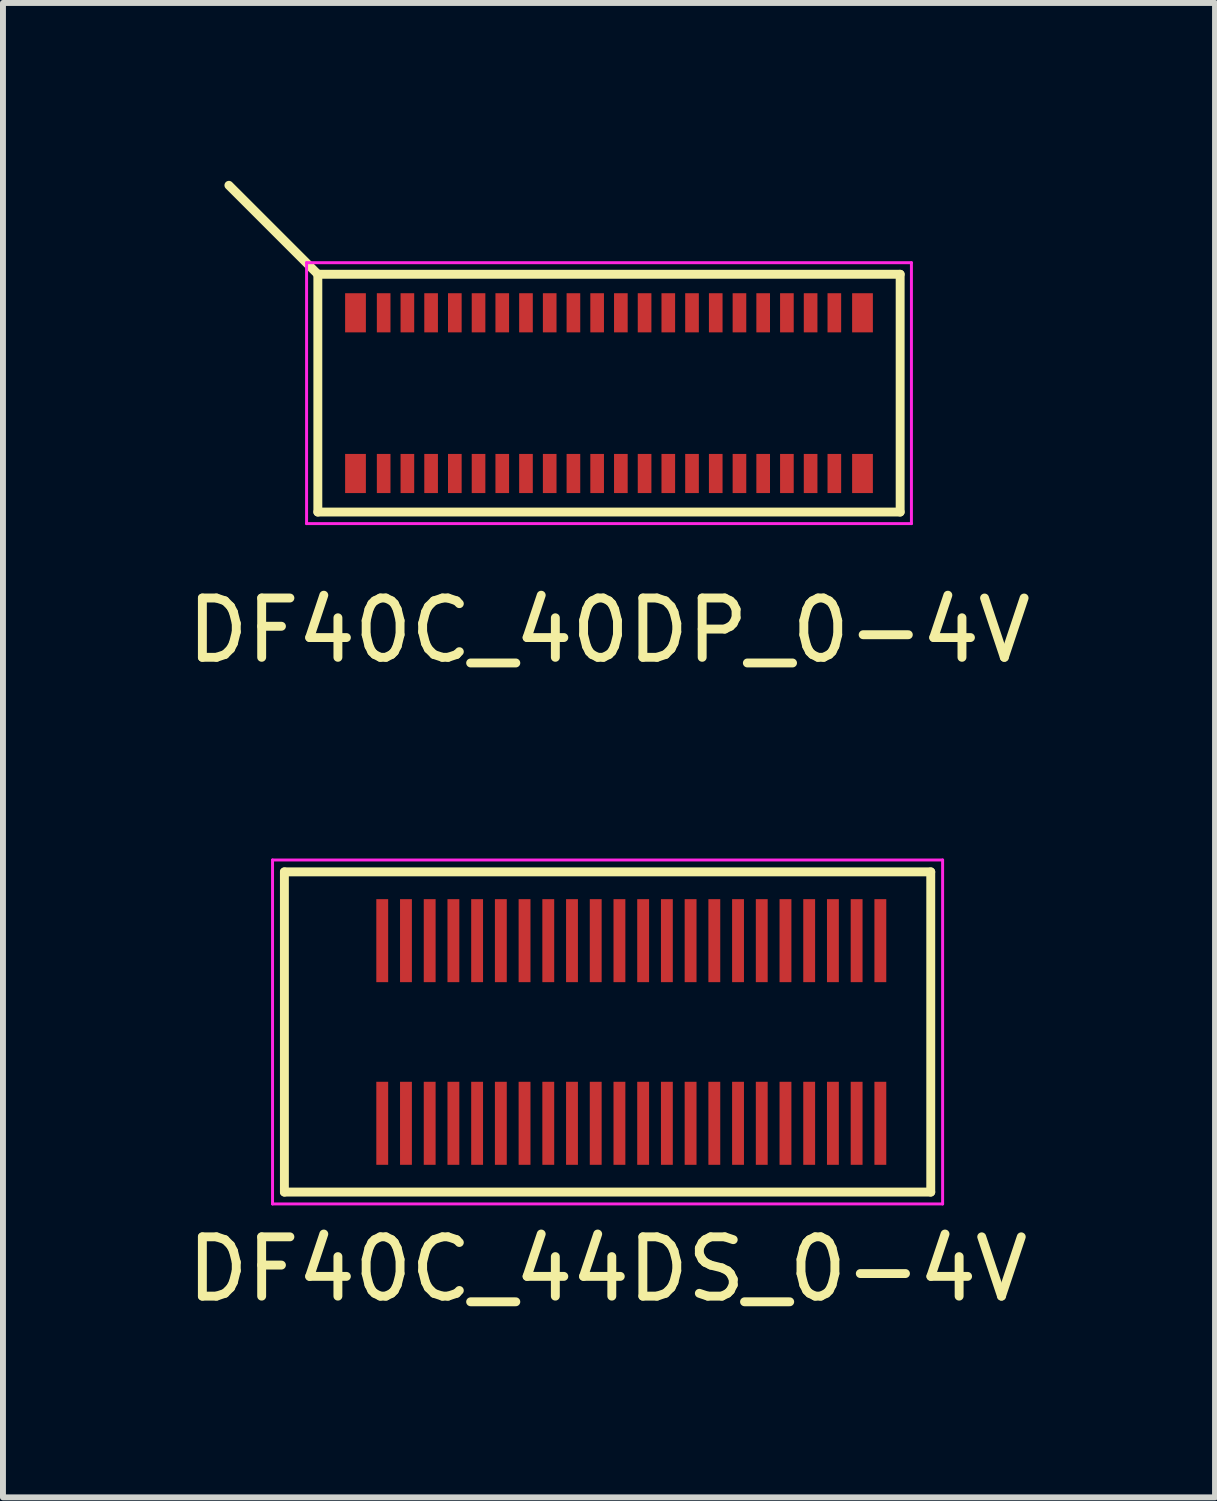
<source format=kicad_pcb>
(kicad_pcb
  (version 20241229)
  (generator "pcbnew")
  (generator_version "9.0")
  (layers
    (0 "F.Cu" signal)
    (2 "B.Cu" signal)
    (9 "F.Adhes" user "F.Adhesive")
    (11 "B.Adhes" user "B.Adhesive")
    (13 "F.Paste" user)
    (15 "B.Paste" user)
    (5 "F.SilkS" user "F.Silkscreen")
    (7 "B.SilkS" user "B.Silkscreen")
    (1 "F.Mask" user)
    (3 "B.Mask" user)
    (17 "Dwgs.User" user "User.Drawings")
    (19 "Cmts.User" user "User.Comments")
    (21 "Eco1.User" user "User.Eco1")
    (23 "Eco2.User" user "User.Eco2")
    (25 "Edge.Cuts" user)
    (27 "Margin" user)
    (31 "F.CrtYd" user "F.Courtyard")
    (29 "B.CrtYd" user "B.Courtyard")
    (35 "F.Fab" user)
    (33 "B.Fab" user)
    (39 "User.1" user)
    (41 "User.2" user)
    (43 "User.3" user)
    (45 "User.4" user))
  (footprint "DF40C_44DS_0-4V"
    (layer "F.Cu")
    (at 7.196 14.353)
    (property "Reference" "DF40C_44DS_0-4V" (at 0 4 0) (layer "F.SilkS") (effects (font (size 1 1) (thickness 0.15))))
    (attr smd)
    (fp_line (start -5.45 -2.7) (end -5.45 2.7) (stroke (width 0.15) (type solid)) (layer "F.SilkS"))
    (fp_line (start -5.45 -2.7) (end 5.45 -2.7) (stroke (width 0.15) (type solid)) (layer "F.SilkS"))
    (fp_line (start 5.45 2.7) (end -5.45 2.7) (stroke (width 0.15) (type solid)) (layer "F.SilkS"))
    (fp_line (start 5.45 2.7) (end 5.45 -2.7) (stroke (width 0.15) (type solid)) (layer "F.SilkS"))
    (fp_line (start -5.65 -2.9) (end -5.65 2.9) (stroke (width 0.05) (type solid)) (layer "F.CrtYd"))
    (fp_line (start -5.65 -2.9) (end 5.65 -2.9) (stroke (width 0.05) (type solid)) (layer "F.CrtYd"))
    (fp_line (start 5.65 2.9) (end -5.65 2.9) (stroke (width 0.05) (type solid)) (layer "F.CrtYd"))
    (fp_line (start 5.65 2.9) (end 5.65 -2.9) (stroke (width 0.05) (type solid)) (layer "F.CrtYd"))
    (pad "1" smd rect (at -3.8 1.54) (size 0.2 1.4) (layers "F.Cu" "F.Mask" "F.Paste"))
    (pad "2" smd rect (at -3.8 -1.54) (size 0.2 1.4) (layers "F.Cu" "F.Mask" "F.Paste"))
    (pad "3" smd rect (at -3.4 -1.54) (size 0.2 1.4) (layers "F.Cu" "F.Mask" "F.Paste"))
    (pad "4" smd rect (at -3.4 1.54) (size 0.2 1.4) (layers "F.Cu" "F.Mask" "F.Paste"))
    (pad "5" smd rect (at -3 -1.54) (size 0.2 1.4) (layers "F.Cu" "F.Mask" "F.Paste"))
    (pad "6" smd rect (at -3 1.54) (size 0.2 1.4) (layers "F.Cu" "F.Mask" "F.Paste"))
    (pad "7" smd rect (at -2.6 -1.54) (size 0.2 1.4) (layers "F.Cu" "F.Mask" "F.Paste"))
    (pad "8" smd rect (at -2.6 1.54) (size 0.2 1.4) (layers "F.Cu" "F.Mask" "F.Paste"))
    (pad "9" smd rect (at -2.2 -1.54) (size 0.2 1.4) (layers "F.Cu" "F.Mask" "F.Paste"))
    (pad "10" smd rect (at -2.2 1.54) (size 0.2 1.4) (layers "F.Cu" "F.Mask" "F.Paste"))
    (pad "11" smd rect (at -1.8 -1.54) (size 0.2 1.4) (layers "F.Cu" "F.Mask" "F.Paste"))
    (pad "12" smd rect (at -1.8 1.54) (size 0.2 1.4) (layers "F.Cu" "F.Mask" "F.Paste"))
    (pad "13" smd rect (at -1.4 -1.54) (size 0.2 1.4) (layers "F.Cu" "F.Mask" "F.Paste"))
    (pad "14" smd rect (at -1.4 1.54) (size 0.2 1.4) (layers "F.Cu" "F.Mask" "F.Paste"))
    (pad "15" smd rect (at -1 -1.54) (size 0.2 1.4) (layers "F.Cu" "F.Mask" "F.Paste"))
    (pad "16" smd rect (at -1 1.54) (size 0.2 1.4) (layers "F.Cu" "F.Mask" "F.Paste"))
    (pad "17" smd rect (at -0.6 -1.54) (size 0.2 1.4) (layers "F.Cu" "F.Mask" "F.Paste"))
    (pad "18" smd rect (at -0.6 1.54) (size 0.2 1.4) (layers "F.Cu" "F.Mask" "F.Paste"))
    (pad "19" smd rect (at -0.2 -1.54) (size 0.2 1.4) (layers "F.Cu" "F.Mask" "F.Paste"))
    (pad "20" smd rect (at -0.2 1.54) (size 0.2 1.4) (layers "F.Cu" "F.Mask" "F.Paste"))
    (pad "21" smd rect (at 0.2 -1.54) (size 0.2 1.4) (layers "F.Cu" "F.Mask" "F.Paste"))
    (pad "22" smd rect (at 0.2 1.54) (size 0.2 1.4) (layers "F.Cu" "F.Mask" "F.Paste"))
    (pad "23" smd rect (at 0.6 -1.54) (size 0.2 1.4) (layers "F.Cu" "F.Mask" "F.Paste"))
    (pad "24" smd rect (at 0.6 1.54) (size 0.2 1.4) (layers "F.Cu" "F.Mask" "F.Paste"))
    (pad "25" smd rect (at 1 -1.54) (size 0.2 1.4) (layers "F.Cu" "F.Mask" "F.Paste"))
    (pad "26" smd rect (at 1 1.54) (size 0.2 1.4) (layers "F.Cu" "F.Mask" "F.Paste"))
    (pad "27" smd rect (at 1.4 -1.54) (size 0.2 1.4) (layers "F.Cu" "F.Mask" "F.Paste"))
    (pad "28" smd rect (at 1.4 1.54) (size 0.2 1.4) (layers "F.Cu" "F.Mask" "F.Paste"))
    (pad "29" smd rect (at 1.8 -1.54) (size 0.2 1.4) (layers "F.Cu" "F.Mask" "F.Paste"))
    (pad "30" smd rect (at 1.8 1.54) (size 0.2 1.4) (layers "F.Cu" "F.Mask" "F.Paste"))
    (pad "31" smd rect (at 2.2 -1.54) (size 0.2 1.4) (layers "F.Cu" "F.Mask" "F.Paste"))
    (pad "32" smd rect (at 2.2 1.54) (size 0.2 1.4) (layers "F.Cu" "F.Mask" "F.Paste"))
    (pad "33" smd rect (at 2.6 -1.54) (size 0.2 1.4) (layers "F.Cu" "F.Mask" "F.Paste"))
    (pad "34" smd rect (at 2.6 1.54) (size 0.2 1.4) (layers "F.Cu" "F.Mask" "F.Paste"))
    (pad "35" smd rect (at 3 -1.54) (size 0.2 1.4) (layers "F.Cu" "F.Mask" "F.Paste"))
    (pad "36" smd rect (at 3 1.54) (size 0.2 1.4) (layers "F.Cu" "F.Mask" "F.Paste"))
    (pad "37" smd rect (at 3.4 -1.54) (size 0.2 1.4) (layers "F.Cu" "F.Mask" "F.Paste"))
    (pad "38" smd rect (at 3.4 1.54) (size 0.2 1.4) (layers "F.Cu" "F.Mask" "F.Paste"))
    (pad "39" smd rect (at 3.8 -1.54) (size 0.2 1.4) (layers "F.Cu" "F.Mask" "F.Paste"))
    (pad "40" smd rect (at 3.8 1.54) (size 0.2 1.4) (layers "F.Cu" "F.Mask" "F.Paste"))
    (pad "41" smd rect (at 4.2 -1.54) (size 0.2 1.4) (layers "F.Cu" "F.Mask" "F.Paste"))
    (pad "42" smd rect (at 4.2 1.54) (size 0.2 1.4) (layers "F.Cu" "F.Mask" "F.Paste"))
    (pad "43" smd rect (at 4.6 -1.54) (size 0.2 1.4) (layers "F.Cu" "F.Mask" "F.Paste"))
    (pad "44" smd rect (at 4.6 1.54) (size 0.2 1.4) (layers "F.Cu" "F.Mask" "F.Paste")))
  (footprint "DF40C_40DP_0-4V"
    (layer "F.Cu")
    (at 7.22 3.58)
    (property "Reference" "DF40C_40DP_0-4V" (at 0 4 0) (layer "F.SilkS") (effects (font (size 1 1) (thickness 0.15))))
    (attr smd)
    (fp_line (start -4.91 -2.005) (end -6.41 -3.505) (stroke (width 0.15) (type solid)) (layer "F.SilkS"))
    (fp_line (start -4.91 -2.005) (end -4.91 2.005) (stroke (width 0.15) (type solid)) (layer "F.SilkS"))
    (fp_line (start -4.91 -2.005) (end 4.91 -2.005) (stroke (width 0.15) (type solid)) (layer "F.SilkS"))
    (fp_line (start 4.91 2.005) (end -4.91 2.005) (stroke (width 0.15) (type solid)) (layer "F.SilkS"))
    (fp_line (start 4.91 2.005) (end 4.91 -2.005) (stroke (width 0.15) (type solid)) (layer "F.SilkS"))
    (fp_line (start -5.1 -2.2) (end -5.1 2.2) (stroke (width 0.05) (type solid)) (layer "F.CrtYd"))
    (fp_line (start -5.1 -2.2) (end 5.1 -2.2) (stroke (width 0.05) (type solid)) (layer "F.CrtYd"))
    (fp_line (start 5.1 2.2) (end -5.1 2.2) (stroke (width 0.05) (type solid)) (layer "F.CrtYd"))
    (fp_line (start 5.1 2.2) (end 5.1 -2.2) (stroke (width 0.05) (type solid)) (layer "F.CrtYd"))
    (pad "1" smd rect (at -3.8 -1.355) (size 0.23 0.66) (layers "F.Cu" "F.Mask" "F.Paste"))
    (pad "2" smd rect (at -3.8 1.355) (size 0.23 0.66) (layers "F.Cu" "F.Mask" "F.Paste"))
    (pad "3" smd rect (at -3.4 1.355) (size 0.23 0.66) (layers "F.Cu" "F.Mask" "F.Paste"))
    (pad "4" smd rect (at -3.4 -1.355) (size 0.23 0.66) (layers "F.Cu" "F.Mask" "F.Paste"))
    (pad "5" smd rect (at -3 1.355) (size 0.23 0.66) (layers "F.Cu" "F.Mask" "F.Paste"))
    (pad "6" smd rect (at -3 -1.355) (size 0.23 0.66) (layers "F.Cu" "F.Mask" "F.Paste"))
    (pad "7" smd rect (at -2.6 1.355) (size 0.23 0.66) (layers "F.Cu" "F.Mask" "F.Paste"))
    (pad "8" smd rect (at -2.6 -1.355) (size 0.23 0.66) (layers "F.Cu" "F.Mask" "F.Paste"))
    (pad "9" smd rect (at -2.2 1.355) (size 0.23 0.66) (layers "F.Cu" "F.Mask" "F.Paste"))
    (pad "10" smd rect (at -2.2 -1.355) (size 0.23 0.66) (layers "F.Cu" "F.Mask" "F.Paste"))
    (pad "11" smd rect (at -1.8 1.355) (size 0.23 0.66) (layers "F.Cu" "F.Mask" "F.Paste"))
    (pad "12" smd rect (at -1.8 -1.355) (size 0.23 0.66) (layers "F.Cu" "F.Mask" "F.Paste"))
    (pad "13" smd rect (at -1.4 1.355) (size 0.23 0.66) (layers "F.Cu" "F.Mask" "F.Paste"))
    (pad "14" smd rect (at -1.4 -1.355) (size 0.23 0.66) (layers "F.Cu" "F.Mask" "F.Paste"))
    (pad "15" smd rect (at -1 1.355) (size 0.23 0.66) (layers "F.Cu" "F.Mask" "F.Paste"))
    (pad "16" smd rect (at -1 -1.355) (size 0.23 0.66) (layers "F.Cu" "F.Mask" "F.Paste"))
    (pad "17" smd rect (at -0.6 1.355) (size 0.23 0.66) (layers "F.Cu" "F.Mask" "F.Paste"))
    (pad "18" smd rect (at -0.6 -1.355) (size 0.23 0.66) (layers "F.Cu" "F.Mask" "F.Paste"))
    (pad "19" smd rect (at -0.2 1.355) (size 0.23 0.66) (layers "F.Cu" "F.Mask" "F.Paste"))
    (pad "20" smd rect (at -0.2 -1.355) (size 0.23 0.66) (layers "F.Cu" "F.Mask" "F.Paste"))
    (pad "21" smd rect (at 0.2 1.355) (size 0.23 0.66) (layers "F.Cu" "F.Mask" "F.Paste"))
    (pad "22" smd rect (at 0.2 -1.355) (size 0.23 0.66) (layers "F.Cu" "F.Mask" "F.Paste"))
    (pad "23" smd rect (at 0.6 1.355) (size 0.23 0.66) (layers "F.Cu" "F.Mask" "F.Paste"))
    (pad "24" smd rect (at 0.6 -1.355) (size 0.23 0.66) (layers "F.Cu" "F.Mask" "F.Paste"))
    (pad "25" smd rect (at 1 1.355) (size 0.23 0.66) (layers "F.Cu" "F.Mask" "F.Paste"))
    (pad "26" smd rect (at 1 -1.355) (size 0.23 0.66) (layers "F.Cu" "F.Mask" "F.Paste"))
    (pad "27" smd rect (at 1.4 1.355) (size 0.23 0.66) (layers "F.Cu" "F.Mask" "F.Paste"))
    (pad "28" smd rect (at 1.4 -1.355) (size 0.23 0.66) (layers "F.Cu" "F.Mask" "F.Paste"))
    (pad "29" smd rect (at 1.8 1.355) (size 0.23 0.66) (layers "F.Cu" "F.Mask" "F.Paste"))
    (pad "30" smd rect (at 1.8 -1.355) (size 0.23 0.66) (layers "F.Cu" "F.Mask" "F.Paste"))
    (pad "31" smd rect (at 2.2 1.355) (size 0.23 0.66) (layers "F.Cu" "F.Mask" "F.Paste"))
    (pad "32" smd rect (at 2.2 -1.355) (size 0.23 0.66) (layers "F.Cu" "F.Mask" "F.Paste"))
    (pad "33" smd rect (at 2.6 1.355) (size 0.23 0.66) (layers "F.Cu" "F.Mask" "F.Paste"))
    (pad "34" smd rect (at 2.6 -1.355) (size 0.23 0.66) (layers "F.Cu" "F.Mask" "F.Paste"))
    (pad "35" smd rect (at 3 1.355) (size 0.23 0.66) (layers "F.Cu" "F.Mask" "F.Paste"))
    (pad "36" smd rect (at 3 -1.355) (size 0.23 0.66) (layers "F.Cu" "F.Mask" "F.Paste"))
    (pad "37" smd rect (at 3.4 1.355) (size 0.23 0.66) (layers "F.Cu" "F.Mask" "F.Paste"))
    (pad "38" smd rect (at 3.4 -1.355) (size 0.23 0.66) (layers "F.Cu" "F.Mask" "F.Paste"))
    (pad "39" smd rect (at 3.8 1.355) (size 0.23 0.66) (layers "F.Cu" "F.Mask" "F.Paste"))
    (pad "40" smd rect (at 3.8 -1.355) (size 0.23 0.66) (layers "F.Cu" "F.Mask" "F.Paste"))
    (pad "GND" smd rect (at -4.275 -1.355) (size 0.35 0.66) (layers "F.Cu" "F.Mask" "F.Paste"))
    (pad "GND" smd rect (at -4.275 1.355) (size 0.35 0.66) (layers "F.Cu" "F.Mask" "F.Paste"))
    (pad "GND" smd rect (at 4.275 -1.355) (size 0.35 0.66) (layers "F.Cu" "F.Mask" "F.Paste"))
    (pad "GND" smd rect (at 4.275 1.355) (size 0.35 0.66) (layers "F.Cu" "F.Mask" "F.Paste")))
  (gr_rect
    (start -3 -3)
    (end 17.44 22.201)
    (stroke (width 0.1) (type default))
    (fill no)
    (layer "Edge.Cuts")))
</source>
